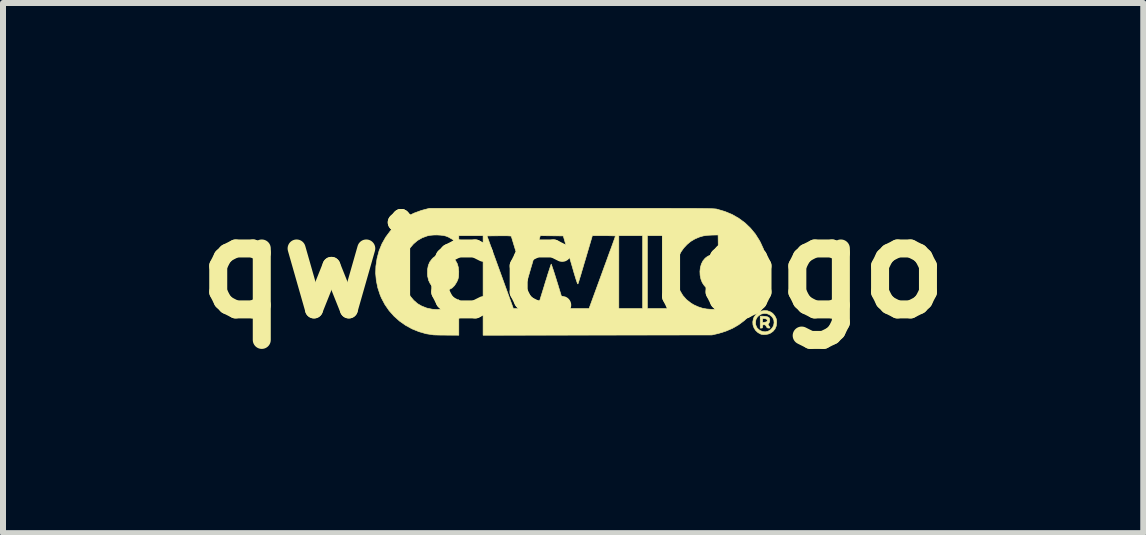
<source format=kicad_pcb>
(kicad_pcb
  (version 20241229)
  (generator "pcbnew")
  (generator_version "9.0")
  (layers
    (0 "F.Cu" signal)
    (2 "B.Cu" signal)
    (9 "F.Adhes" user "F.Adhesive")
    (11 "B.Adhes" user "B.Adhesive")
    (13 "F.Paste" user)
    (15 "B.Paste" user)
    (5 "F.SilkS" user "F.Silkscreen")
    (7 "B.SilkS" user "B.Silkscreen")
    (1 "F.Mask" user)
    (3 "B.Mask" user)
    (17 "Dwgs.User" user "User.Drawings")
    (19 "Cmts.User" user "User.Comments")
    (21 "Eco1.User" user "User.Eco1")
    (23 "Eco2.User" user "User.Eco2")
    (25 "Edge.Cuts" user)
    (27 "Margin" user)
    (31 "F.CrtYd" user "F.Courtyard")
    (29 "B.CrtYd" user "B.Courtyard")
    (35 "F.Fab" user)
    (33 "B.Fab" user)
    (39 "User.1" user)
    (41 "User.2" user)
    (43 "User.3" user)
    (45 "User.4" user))
  (footprint "qwicc_logo"
    (layer "F.Cu")
    (at 6.502 1.418)
    (property "Reference" "qwicc_logo" (at 0 0 0) (layer "F.SilkS") (effects (font (size 1.524 1.524) (thickness 0.3))))
    (attr through_hole)
    (fp_poly (pts (xy -2.108 -0.225) (xy -2.058 -0.208) (xy -2.012 -0.179) (xy -2 -0.169) (xy -1.959 -0.124) (xy -1.93 -0.072) (xy -1.913 -0.012) (xy -1.906 0.058) (xy -1.907 0.101) (xy -1.909 0.139) (xy -1.914 0.167) (xy -1.921 0.192) (xy -1.933 0.219) (xy -1.942 0.237) (xy -1.976 0.291) (xy -2.016 0.331) (xy -2.065 0.358) (xy -2.124 0.374) (xy -2.154 0.378) (xy -2.187 0.377) (xy -2.221 0.373) (xy -2.231 0.371) (xy -2.292 0.346) (xy -2.342 0.31) (xy -2.38 0.263) (xy -2.408 0.205) (xy -2.424 0.137) (xy -2.427 0.099) (xy -2.426 0.023) (xy -2.413 -0.044) (xy -2.389 -0.101) (xy -2.352 -0.15) (xy -2.332 -0.171) (xy -2.287 -0.203) (xy -2.237 -0.222) (xy -2.179 -0.23) (xy -2.167 -0.23) (xy -2.108 -0.225)) (stroke (width 0.01) (type solid)) (fill yes) (layer "F.SilkS"))
    (fp_poly (pts (xy 3.161 0.802) (xy 3.203 0.805) (xy 3.238 0.812) (xy 3.262 0.824) (xy 3.27 0.833) (xy 3.278 0.86) (xy 3.277 0.889) (xy 3.267 0.914) (xy 3.262 0.921) (xy 3.251 0.933) (xy 3.251 0.942) (xy 3.259 0.957) (xy 3.261 0.959) (xy 3.276 0.981) (xy 3.282 0.994) (xy 3.278 0.999) (xy 3.266 1) (xy 3.26 1) (xy 3.241 0.998) (xy 3.229 0.988) (xy 3.22 0.972) (xy 3.209 0.953) (xy 3.195 0.946) (xy 3.183 0.945) (xy 3.167 0.946) (xy 3.16 0.954) (xy 3.159 0.972) (xy 3.158 0.991) (xy 3.151 0.999) (xy 3.139 1) (xy 3.119 1) (xy 3.119 0.906) (xy 3.159 0.906) (xy 3.192 0.903) (xy 3.219 0.898) (xy 3.234 0.887) (xy 3.238 0.869) (xy 3.229 0.854) (xy 3.207 0.845) (xy 3.192 0.843) (xy 3.159 0.84) (xy 3.159 0.906) (xy 3.119 0.906) (xy 3.119 0.802) (xy 3.161 0.802)) (stroke (width 0.01) (type solid)) (fill yes) (layer "F.SilkS"))
    (fp_poly (pts (xy 3.236 0.711) (xy 3.287 0.729) (xy 3.32 0.75) (xy 3.339 0.768) (xy 3.359 0.794) (xy 3.37 0.812) (xy 3.383 0.838) (xy 3.39 0.863) (xy 3.393 0.892) (xy 3.393 0.909) (xy 3.386 0.966) (xy 3.365 1.015) (xy 3.33 1.057) (xy 3.282 1.089) (xy 3.251 1.1) (xy 3.212 1.107) (xy 3.173 1.109) (xy 3.139 1.104) (xy 3.131 1.102) (xy 3.082 1.076) (xy 3.043 1.04) (xy 3.015 0.996) (xy 2.998 0.947) (xy 2.995 0.901) (xy 3.04 0.901) (xy 3.044 0.946) (xy 3.06 0.987) (xy 3.074 1.006) (xy 3.112 1.038) (xy 3.155 1.057) (xy 3.202 1.063) (xy 3.248 1.053) (xy 3.253 1.051) (xy 3.293 1.027) (xy 3.323 0.993) (xy 3.343 0.954) (xy 3.35 0.911) (xy 3.346 0.868) (xy 3.328 0.828) (xy 3.311 0.807) (xy 3.272 0.776) (xy 3.229 0.759) (xy 3.183 0.756) (xy 3.138 0.766) (xy 3.097 0.791) (xy 3.069 0.819) (xy 3.048 0.857) (xy 3.04 0.901) (xy 2.995 0.901) (xy 2.995 0.896) (xy 3.005 0.845) (xy 3.015 0.82) (xy 3.047 0.774) (xy 3.087 0.74) (xy 3.134 0.718) (xy 3.184 0.708) (xy 3.236 0.711)) (stroke (width 0.01) (type solid)) (fill yes) (layer "F.SilkS"))
    (fp_poly (pts (xy 0.202 -0.996) (xy 0.416 -0.996) (xy 0.616 -0.996) (xy 0.801 -0.996) (xy 0.973 -0.996) (xy 1.132 -0.996) (xy 1.278 -0.996) (xy 1.412 -0.996) (xy 1.534 -0.996) (xy 1.645 -0.995) (xy 1.746 -0.995) (xy 1.837 -0.995) (xy 1.919 -0.995) (xy 1.992 -0.994) (xy 2.057 -0.994) (xy 2.114 -0.993) (xy 2.164 -0.993) (xy 2.207 -0.992) (xy 2.244 -0.992) (xy 2.276 -0.991) (xy 2.302 -0.99) (xy 2.325 -0.989) (xy 2.343 -0.988) (xy 2.358 -0.987) (xy 2.37 -0.986) (xy 2.38 -0.985) (xy 2.389 -0.984) (xy 2.396 -0.983) (xy 2.401 -0.981) (xy 2.53 -0.943) (xy 2.651 -0.893) (xy 2.762 -0.829) (xy 2.864 -0.754) (xy 2.956 -0.666) (xy 3.037 -0.568) (xy 3.106 -0.459) (xy 3.122 -0.429) (xy 3.172 -0.32) (xy 3.207 -0.21) (xy 3.229 -0.097) (xy 3.238 0.022) (xy 3.239 0.055) (xy 3.231 0.187) (xy 3.21 0.312) (xy 3.174 0.431) (xy 3.123 0.544) (xy 3.058 0.651) (xy 2.978 0.753) (xy 2.944 0.79) (xy 2.854 0.874) (xy 2.759 0.945) (xy 2.657 1.004) (xy 2.547 1.051) (xy 2.426 1.089) (xy 2.391 1.097) (xy 2.314 1.115) (xy 0.407 1.117) (xy -1.5 1.12) (xy -1.5 -0.536) (xy -1.435 -0.536) (xy -0.996 0.674) (xy -0.797 0.675) (xy -0.598 0.675) (xy -0.484 0.308) (xy -0.462 0.234) (xy -0.44 0.166) (xy -0.421 0.103) (xy -0.403 0.048) (xy -0.388 0.002) (xy -0.377 -0.033) (xy -0.369 -0.056) (xy -0.365 -0.065) (xy -0.365 -0.066) (xy -0.362 -0.059) (xy -0.355 -0.04) (xy -0.344 -0.007) (xy -0.329 0.036) (xy -0.312 0.089) (xy -0.293 0.149) (xy -0.272 0.217) (xy -0.249 0.29) (xy -0.246 0.301) (xy -0.131 0.675) (xy 0.068 0.675) (xy 0.266 0.675) (xy 0.486 0.073) (xy 0.52 -0.021) (xy 0.553 -0.11) (xy 0.583 -0.194) (xy 0.611 -0.271) (xy 0.637 -0.34) (xy 0.659 -0.401) (xy 0.677 -0.452) (xy 0.691 -0.491) (xy 0.701 -0.519) (xy 0.706 -0.533) (xy 0.706 -0.535) (xy 0.699 -0.536) (xy 0.678 -0.537) (xy 0.645 -0.538) (xy 0.602 -0.539) (xy 0.553 -0.54) (xy 0.513 -0.54) (xy 0.762 -0.54) (xy 0.762 0.675) (xy 1.159 0.675) (xy 1.159 -0.54) (xy 1.238 -0.54) (xy 1.238 0.675) (xy 1.635 0.675) (xy 1.635 0.071) (xy 1.718 0.071) (xy 1.719 0.135) (xy 1.722 0.187) (xy 1.728 0.231) (xy 1.737 0.271) (xy 1.751 0.311) (xy 1.771 0.355) (xy 1.783 0.38) (xy 1.829 0.457) (xy 1.888 0.524) (xy 1.958 0.58) (xy 2.012 0.613) (xy 2.085 0.646) (xy 2.155 0.669) (xy 2.226 0.682) (xy 2.305 0.688) (xy 2.342 0.688) (xy 2.417 0.687) (xy 2.419 0.527) (xy 2.421 0.367) (xy 2.351 0.364) (xy 2.294 0.357) (xy 2.249 0.342) (xy 2.211 0.317) (xy 2.187 0.293) (xy 2.153 0.242) (xy 2.13 0.183) (xy 2.117 0.12) (xy 2.114 0.055) (xy 2.121 -0.008) (xy 2.138 -0.068) (xy 2.165 -0.121) (xy 2.201 -0.164) (xy 2.24 -0.194) (xy 2.279 -0.212) (xy 2.325 -0.221) (xy 2.36 -0.222) (xy 2.421 -0.222) (xy 2.419 -0.387) (xy 2.417 -0.552) (xy 2.318 -0.55) (xy 2.239 -0.546) (xy 2.169 -0.536) (xy 2.104 -0.517) (xy 2.038 -0.489) (xy 2.024 -0.482) (xy 1.96 -0.444) (xy 1.899 -0.393) (xy 1.844 -0.334) (xy 1.8 -0.272) (xy 1.788 -0.25) (xy 1.763 -0.198) (xy 1.744 -0.15) (xy 1.732 -0.103) (xy 1.724 -0.053) (xy 1.72 0.005) (xy 1.718 0.071) (xy 1.635 0.071) (xy 1.635 -0.54) (xy 1.238 -0.54) (xy 1.159 -0.54) (xy 0.762 -0.54) (xy 0.513 -0.54) (xy 0.321 -0.54) (xy 0.207 -0.153) (xy 0.184 -0.077) (xy 0.163 -0.005) (xy 0.143 0.062) (xy 0.126 0.121) (xy 0.11 0.172) (xy 0.098 0.212) (xy 0.089 0.241) (xy 0.084 0.256) (xy 0.084 0.257) (xy 0.082 0.261) (xy 0.08 0.264) (xy 0.078 0.263) (xy 0.075 0.26) (xy 0.071 0.251) (xy 0.066 0.238) (xy 0.059 0.218) (xy 0.05 0.192) (xy 0.039 0.157) (xy 0.026 0.114) (xy 0.01 0.061) (xy -0.008 -0.003) (xy -0.03 -0.078) (xy -0.056 -0.166) (xy -0.085 -0.266) (xy -0.119 -0.382) (xy -0.126 -0.405) (xy -0.164 -0.536) (xy -0.355 -0.538) (xy -0.547 -0.54) (xy -0.566 -0.474) (xy -0.573 -0.453) (xy -0.583 -0.418) (xy -0.597 -0.372) (xy -0.613 -0.316) (xy -0.631 -0.253) (xy -0.651 -0.184) (xy -0.671 -0.112) (xy -0.683 -0.071) (xy -0.704 -0.001) (xy -0.723 0.065) (xy -0.74 0.124) (xy -0.755 0.176) (xy -0.768 0.218) (xy -0.778 0.249) (xy -0.784 0.267) (xy -0.785 0.272) (xy -0.789 0.266) (xy -0.796 0.246) (xy -0.806 0.213) (xy -0.82 0.169) (xy -0.837 0.116) (xy -0.856 0.054) (xy -0.876 -0.015) (xy -0.898 -0.089) (xy -0.908 -0.122) (xy -0.931 -0.199) (xy -0.952 -0.272) (xy -0.972 -0.338) (xy -0.99 -0.397) (xy -1.005 -0.447) (xy -1.017 -0.487) (xy -1.026 -0.515) (xy -1.031 -0.529) (xy -1.032 -0.531) (xy -1.04 -0.534) (xy -1.062 -0.536) (xy -1.097 -0.538) (xy -1.147 -0.538) (xy -1.212 -0.538) (xy -1.236 -0.538) (xy -1.435 -0.536) (xy -1.5 -0.536) (xy -1.5 -0.54) (xy -1.905 -0.54) (xy -1.905 -0.386) (xy -1.947 -0.426) (xy -2.009 -0.477) (xy -2.077 -0.516) (xy -2.119 -0.533) (xy -2.16 -0.543) (xy -2.212 -0.549) (xy -2.269 -0.552) (xy -2.327 -0.551) (xy -2.382 -0.546) (xy -2.427 -0.537) (xy -2.428 -0.537) (xy -2.515 -0.505) (xy -2.593 -0.46) (xy -2.661 -0.402) (xy -2.72 -0.333) (xy -2.764 -0.258) (xy -2.794 -0.184) (xy -2.816 -0.101) (xy -2.829 -0.012) (xy -2.832 0.078) (xy -2.828 0.145) (xy -2.819 0.209) (xy -2.808 0.262) (xy -2.794 0.311) (xy -2.775 0.359) (xy -2.757 0.397) (xy -2.712 0.472) (xy -2.656 0.538) (xy -2.592 0.594) (xy -2.524 0.633) (xy -2.438 0.667) (xy -2.347 0.686) (xy -2.264 0.691) (xy -2.177 0.684) (xy -2.098 0.663) (xy -2.026 0.629) (xy -1.962 0.581) (xy -1.952 0.572) (xy -1.905 0.526) (xy -1.905 1.119) (xy -2.097 1.118) (xy -2.153 1.117) (xy -2.205 1.117) (xy -2.251 1.116) (xy -2.288 1.115) (xy -2.313 1.114) (xy -2.322 1.114) (xy -2.447 1.095) (xy -2.567 1.061) (xy -2.683 1.014) (xy -2.791 0.955) (xy -2.892 0.884) (xy -2.984 0.802) (xy -3.066 0.71) (xy -3.136 0.609) (xy -3.194 0.5) (xy -3.216 0.448) (xy -3.255 0.329) (xy -3.28 0.207) (xy -3.291 0.086) (xy -3.287 -0.031) (xy -3.267 -0.163) (xy -3.234 -0.287) (xy -3.186 -0.404) (xy -3.124 -0.514) (xy -3.048 -0.616) (xy -2.963 -0.708) (xy -2.866 -0.791) (xy -2.763 -0.86) (xy -2.651 -0.916) (xy -2.53 -0.96) (xy -2.479 -0.974) (xy -2.393 -0.996) (xy -0.028 -0.996) (xy 0.202 -0.996)) (stroke (width 0.01) (type solid)) (fill yes) (layer "F.SilkS")))
  (gr_rect
    (start -3 -3)
    (end 16.005 5.836)
    (stroke (width 0.1) (type default))
    (fill no)
    (layer "Edge.Cuts")))
</source>
